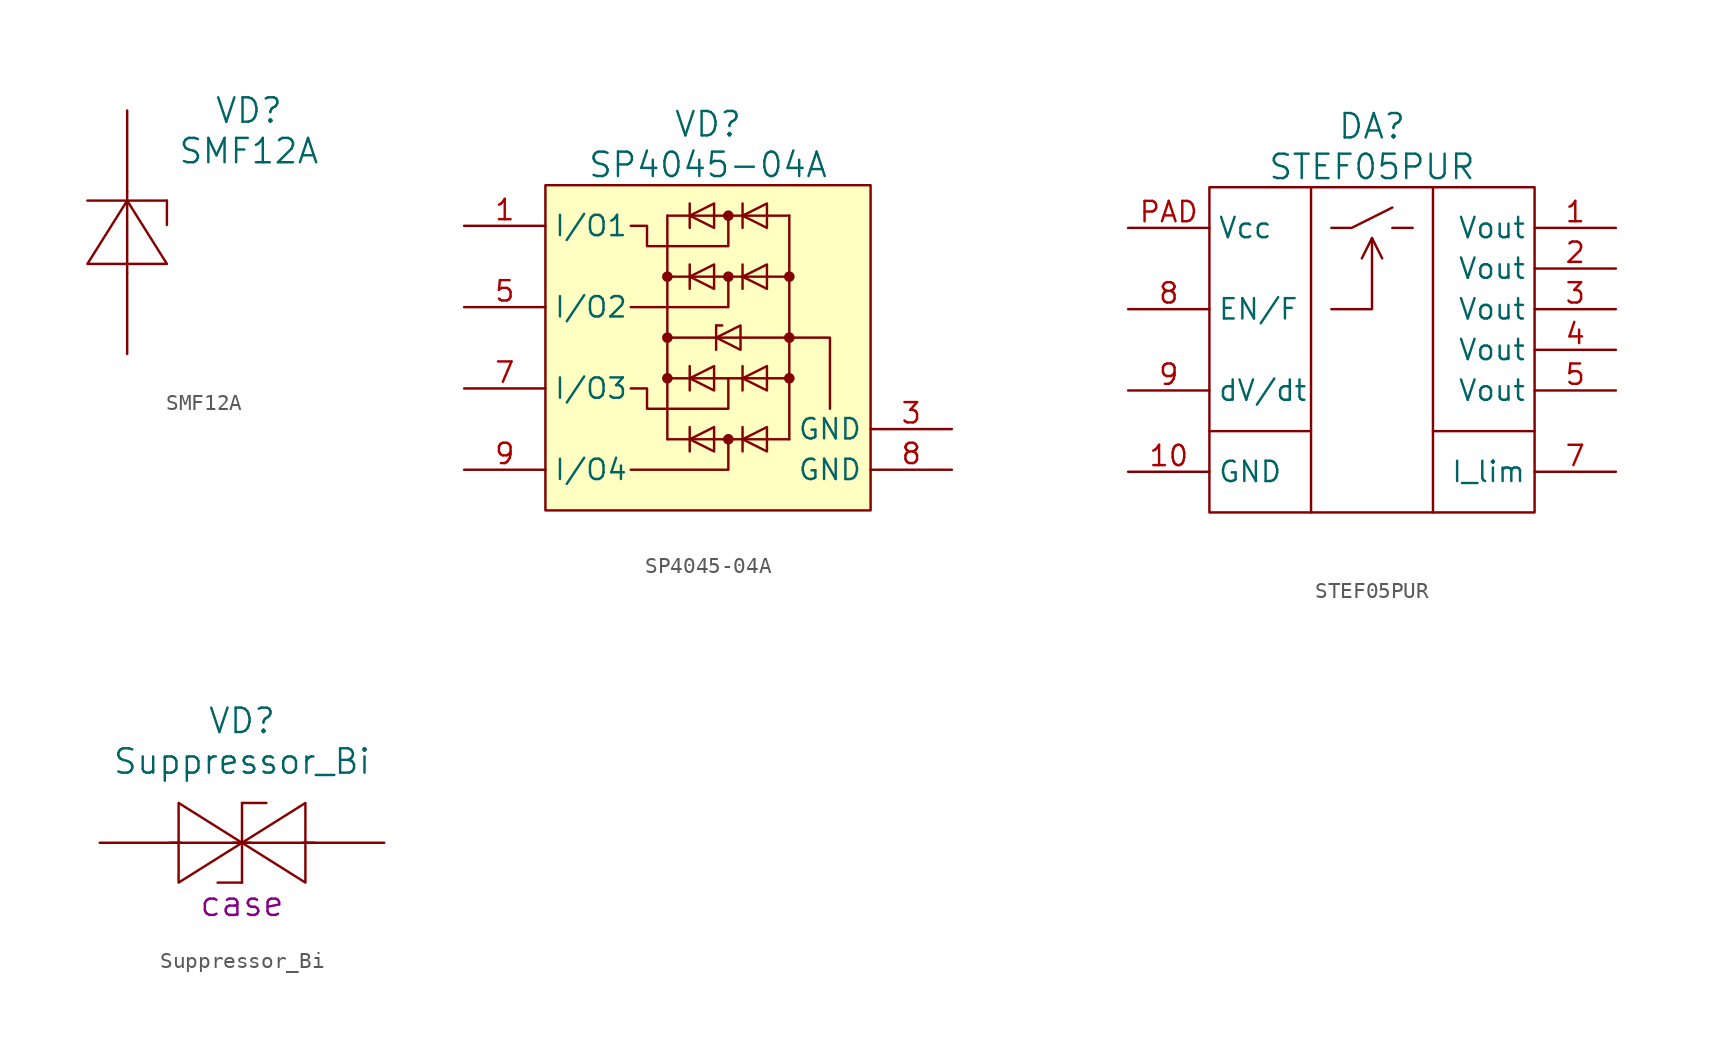
<source format=kicad_sym>
(kicad_symbol_lib
  (version 20220914)
  (generator kicad_symbol_editor)
  (symbol "SMF12A"
    (pin_numbers hide)
    (pin_names
      (offset 1.016) hide)
    (property "Reference" "VD"
      (at 7.62 7.62 0)
      (effects (font (size 1.524 1.524))))
    (property "Value" "SMF12A"
      (at 7.62 5.08 0)
      (effects (font (size 1.524 1.524))))
    (property "Datasheet" ""
      (at 0 -7.62 90)
      (effects (font (size 1.524 1.524))))
    (symbol "SMF12A_0_1"
      (polyline (pts (xy -2.489 1.981) (xy 2.489 1.981)) (stroke (width 0) (type solid)) (fill (type none)))
      (polyline (pts (xy 0 -2.54) (xy 0 2.54)) (stroke (width 0) (type solid)) (fill (type none)))
      (polyline (pts (xy 2.489 0.457) (xy 2.489 1.981)) (stroke (width 0) (type solid)) (fill (type none)))
      (polyline (pts (xy 0 1.981) (xy 2.489 -1.981) (xy -2.489 -1.981) (xy 0 1.981)) (stroke (width 0) (type solid)) (fill (type none))))
    (symbol "SMF12A_1_1"
      (pin passive line (at 0 -7.62 90) (length 5.08) (name "A" (effects (font (size 1.27 1.27)))) (number "A" (effects (font (size 1.27 1.27)))))
      (pin passive line (at 0 7.62 270) (length 5.08) (name "C" (effects (font (size 1.27 1.27)))) (number "C" (effects (font (size 1.27 1.27)))))))
  (symbol "SP4045-04A"
    (property "Reference" "VD"
      (at 0 13.97 0)
      (effects (font (size 1.524 1.524))))
    (property "Value" "SP4045-04A"
      (at 0 11.43 0)
      (effects (font (size 1.524 1.524))))
    (property "Datasheet" ""
      (at 11.43 -0.635 0)
      (effects (font (size 1.524 1.524))))
    (symbol "SP4045-04A_0_1"
      (rectangle (start -10.16 10.16) (end 10.16 -10.16) (stroke (width 0) (type solid)) (fill (type background)))
      (circle (center -2.54 -1.905) (radius 0.254) (stroke (width 0) (type solid)) (fill (type outline)))
      (circle (center -2.54 0.635) (radius 0.254) (stroke (width 0) (type solid)) (fill (type outline)))
      (circle (center -2.54 4.445) (radius 0.254) (stroke (width 0) (type solid)) (fill (type outline)))
      (polyline (pts (xy -2.54 -5.715) (xy -2.54 8.255)) (stroke (width 0) (type solid)) (fill (type none)))
      (polyline (pts (xy -2.54 -1.905) (xy 5.08 -1.905)) (stroke (width 0) (type solid)) (fill (type none)))
      (polyline (pts (xy -2.54 4.445) (xy 5.08 4.445)) (stroke (width 0) (type solid)) (fill (type none)))
      (polyline (pts (xy -1.143 -4.953) (xy -1.143 -6.477)) (stroke (width 0) (type solid)) (fill (type none)))
      (polyline (pts (xy -1.143 -1.143) (xy -1.143 -2.667)) (stroke (width 0) (type solid)) (fill (type none)))
      (polyline (pts (xy -1.143 5.207) (xy -1.143 3.683)) (stroke (width 0) (type solid)) (fill (type none)))
      (polyline (pts (xy -1.143 9.017) (xy -1.143 7.493)) (stroke (width 0) (type solid)) (fill (type none)))
      (polyline (pts (xy 0.508 1.397) (xy 0.508 -0.127)) (stroke (width 0) (type solid)) (fill (type none)))
      (polyline (pts (xy 0.508 1.397) (xy 0.889 1.397)) (stroke (width 0) (type solid)) (fill (type none)))
      (polyline (pts (xy 2.159 -4.953) (xy 2.159 -6.477)) (stroke (width 0) (type solid)) (fill (type none)))
      (polyline (pts (xy 2.159 -1.143) (xy 2.159 -2.667)) (stroke (width 0) (type solid)) (fill (type none)))
      (polyline (pts (xy 2.159 5.207) (xy 2.159 3.683)) (stroke (width 0) (type solid)) (fill (type none)))
      (polyline (pts (xy 2.159 9.017) (xy 2.159 7.493)) (stroke (width 0) (type solid)) (fill (type none)))
      (polyline (pts (xy 5.08 -5.715) (xy -2.54 -5.715)) (stroke (width 0) (type solid)) (fill (type none)))
      (polyline (pts (xy 5.08 0.635) (xy -2.54 0.635)) (stroke (width 0) (type solid)) (fill (type none)))
      (polyline (pts (xy 5.08 8.255) (xy -2.54 8.255)) (stroke (width 0) (type solid)) (fill (type none)))
      (polyline (pts (xy 5.08 8.255) (xy 5.08 -5.715)) (stroke (width 0) (type solid)) (fill (type none)))
      (polyline (pts (xy 1.27 -5.715) (xy 1.27 -7.62) (xy -4.826 -7.62)) (stroke (width 0) (type solid)) (fill (type none)))
      (polyline (pts (xy 1.27 4.445) (xy 1.27 2.54) (xy -4.826 2.54)) (stroke (width 0) (type solid)) (fill (type none)))
      (polyline (pts (xy 7.62 -3.81) (xy 7.62 0.635) (xy 5.08 0.635)) (stroke (width 0) (type solid)) (fill (type none)))
      (polyline (pts (xy -1.143 -5.715) (xy 0.381 -6.477) (xy 0.381 -4.953) (xy -1.143 -5.715)) (stroke (width 0) (type solid)) (fill (type none)))
      (polyline (pts (xy -1.143 -1.905) (xy 0.381 -2.667) (xy 0.381 -1.143) (xy -1.143 -1.905)) (stroke (width 0) (type solid)) (fill (type none)))
      (polyline (pts (xy -1.143 4.445) (xy 0.381 3.683) (xy 0.381 5.207) (xy -1.143 4.445)) (stroke (width 0) (type solid)) (fill (type none)))
      (polyline (pts (xy -1.143 8.255) (xy 0.381 7.493) (xy 0.381 9.017) (xy -1.143 8.255)) (stroke (width 0) (type solid)) (fill (type none)))
      (polyline (pts (xy 0.508 0.635) (xy 2.032 -0.127) (xy 2.032 1.397) (xy 0.508 0.635)) (stroke (width 0) (type solid)) (fill (type none)))
      (polyline (pts (xy 2.159 -5.715) (xy 3.683 -6.477) (xy 3.683 -4.953) (xy 2.159 -5.715)) (stroke (width 0) (type solid)) (fill (type none)))
      (polyline (pts (xy 2.159 -1.905) (xy 3.683 -2.667) (xy 3.683 -1.143) (xy 2.159 -1.905)) (stroke (width 0) (type solid)) (fill (type none)))
      (polyline (pts (xy 2.159 4.445) (xy 3.683 3.683) (xy 3.683 5.207) (xy 2.159 4.445)) (stroke (width 0) (type solid)) (fill (type none)))
      (polyline (pts (xy 2.159 8.255) (xy 3.683 7.493) (xy 3.683 9.017) (xy 2.159 8.255)) (stroke (width 0) (type solid)) (fill (type none)))
      (polyline (pts (xy 1.27 -1.905) (xy 1.27 -3.81) (xy -3.81 -3.81) (xy -3.81 -2.54) (xy -4.826 -2.54)) (stroke (width 0) (type solid)) (fill (type none)))
      (polyline (pts (xy 1.27 8.255) (xy 1.27 6.35) (xy -3.81 6.35) (xy -3.81 7.62) (xy -4.826 7.62)) (stroke (width 0) (type solid)) (fill (type none)))
      (circle (center 1.27 -5.715) (radius 0.254) (stroke (width 0) (type solid)) (fill (type outline)))
      (circle (center 1.27 4.445) (radius 0.254) (stroke (width 0) (type solid)) (fill (type outline)))
      (circle (center 1.27 8.255) (radius 0.254) (stroke (width 0) (type solid)) (fill (type outline)))
      (circle (center 5.08 -1.905) (radius 0.254) (stroke (width 0) (type solid)) (fill (type outline)))
      (circle (center 5.08 0.635) (radius 0.254) (stroke (width 0) (type solid)) (fill (type outline)))
      (circle (center 5.08 4.445) (radius 0.254) (stroke (width 0) (type solid)) (fill (type outline))))
    (symbol "SP4045-04A_1_1"
      (pin passive line (at -15.24 7.62 0) (length 5.08) (name "I/O1" (effects (font (size 1.27 1.27)))) (number "1" (effects (font (size 1.27 1.27)))))
      (pin no_connect line (at 15.24 0 180) (length 5.08) hide (name "NC" (effects (font (size 1.27 1.27)))) (number "10" (effects (font (size 1.27 1.27)))))
      (pin no_connect line (at 15.24 7.62 180) (length 5.08) hide (name "NC" (effects (font (size 1.27 1.27)))) (number "2" (effects (font (size 1.27 1.27)))))
      (pin power_in line (at 15.24 -5.08 180) (length 5.08) (name "GND" (effects (font (size 1.27 1.27)))) (number "3" (effects (font (size 1.27 1.27)))))
      (pin no_connect line (at 15.24 5.08 180) (length 5.08) hide (name "NC" (effects (font (size 1.27 1.27)))) (number "4" (effects (font (size 1.27 1.27)))))
      (pin passive line (at -15.24 2.54 0) (length 5.08) (name "I/O2" (effects (font (size 1.27 1.27)))) (number "5" (effects (font (size 1.27 1.27)))))
      (pin no_connect line (at 15.24 2.54 180) (length 5.08) hide (name "NC" (effects (font (size 1.27 1.27)))) (number "6" (effects (font (size 1.27 1.27)))))
      (pin passive line (at -15.24 -2.54 0) (length 5.08) (name "I/O3" (effects (font (size 1.27 1.27)))) (number "7" (effects (font (size 1.27 1.27)))))
      (pin power_in line (at 15.24 -7.62 180) (length 5.08) (name "GND" (effects (font (size 1.27 1.27)))) (number "8" (effects (font (size 1.27 1.27)))))
      (pin passive line (at -15.24 -7.62 0) (length 5.08) (name "I/O4" (effects (font (size 1.27 1.27)))) (number "9" (effects (font (size 1.27 1.27)))))))
  (symbol "STEF05PUR"
    (property "Reference" "DA"
      (at 0 13.97 0)
      (effects (font (size 1.524 1.524))))
    (property "Value" "STEF05PUR"
      (at 0 11.43 0)
      (effects (font (size 1.524 1.524))))
    (property "Datasheet" ""
      (at 0 -1.27 0)
      (effects (font (size 1.524 1.524))))
    (symbol "STEF05PUR_0_1"
      (rectangle (start -10.16 -5.08) (end -3.81 -5.08) (stroke (width 0) (type solid)) (fill (type none)))
      (rectangle (start -10.16 10.16) (end 10.16 -10.16) (stroke (width 0) (type solid)) (fill (type none)))
      (polyline (pts (xy 1.27 7.62) (xy 2.54 7.62)) (stroke (width 0) (type solid)) (fill (type none)))
      (polyline (pts (xy -3.81 10.16) (xy -3.81 1.27) (xy -3.81 -10.16)) (stroke (width 0) (type solid)) (fill (type none)))
      (polyline (pts (xy -2.54 2.54) (xy 0 2.54) (xy 0 6.985)) (stroke (width 0) (type solid)) (fill (type none)))
      (polyline (pts (xy -0.635 5.715) (xy 0 6.985) (xy 0.635 5.715)) (stroke (width 0) (type solid)) (fill (type none)))
      (polyline (pts (xy 1.27 8.89) (xy -1.27 7.62) (xy -2.54 7.62)) (stroke (width 0) (type solid)) (fill (type none)))
      (polyline (pts (xy 3.81 -10.16) (xy 3.81 10.16) (xy 3.81 10.16) (xy 3.81 10.16)) (stroke (width 0) (type solid)) (fill (type none)))
      (rectangle (start 10.16 -5.08) (end 3.81 -5.08) (stroke (width 0) (type solid)) (fill (type none))))
    (symbol "STEF05PUR_1_1"
      (pin power_out line (at 15.24 7.62 180) (length 5.08) (name "Vout" (effects (font (size 1.27 1.27)))) (number "1" (effects (font (size 1.27 1.27)))))
      (pin power_in line (at -15.24 -7.62 0) (length 5.08) (name "GND" (effects (font (size 1.27 1.27)))) (number "10" (effects (font (size 1.27 1.27)))))
      (pin passive line (at 15.24 5.08 180) (length 5.08) (name "Vout" (effects (font (size 1.27 1.27)))) (number "2" (effects (font (size 1.27 1.27)))))
      (pin passive line (at 15.24 2.54 180) (length 5.08) (name "Vout" (effects (font (size 1.27 1.27)))) (number "3" (effects (font (size 1.27 1.27)))))
      (pin passive line (at 15.24 0 180) (length 5.08) (name "Vout" (effects (font (size 1.27 1.27)))) (number "4" (effects (font (size 1.27 1.27)))))
      (pin passive line (at 15.24 -2.54 180) (length 5.08) (name "Vout" (effects (font (size 1.27 1.27)))) (number "5" (effects (font (size 1.27 1.27)))))
      (pin no_connect line (at -15.24 -11.43 0) (length 5.08) hide (name "NC" (effects (font (size 1.27 1.27)))) (number "6" (effects (font (size 1.27 1.27)))))
      (pin passive line (at 15.24 -7.62 180) (length 5.08) (name "I_lim" (effects (font (size 1.27 1.27)))) (number "7" (effects (font (size 1.27 1.27)))))
      (pin input line (at -15.24 2.54 0) (length 5.08) (name "EN/F" (effects (font (size 1.27 1.27)))) (number "8" (effects (font (size 1.27 1.27)))))
      (pin passive line (at -15.24 -2.54 0) (length 5.08) (name "dV/dt" (effects (font (size 1.27 1.27)))) (number "9" (effects (font (size 1.27 1.27)))))
      (pin power_in line (at -15.24 7.62 0) (length 5.08) (name "Vcc" (effects (font (size 1.27 1.27)))) (number "PAD" (effects (font (size 1.27 1.27)))))))
  (symbol "Suppressor_Bi"
    (pin_numbers hide)
    (pin_names
      (offset 1.016) hide)
    (property "Reference" "VD"
      (at 0 7.62 0)
      (do_not_autoplace)
      (effects (font (size 1.524 1.524))))
    (property "Value" "Suppressor_Bi"
      (at 0 5.08 0)
      (do_not_autoplace)
      (effects (font (size 1.524 1.524))))
    (property "Datasheet" ""
      (at -8.89 0 0)
      (effects (font (size 1.524 1.524))))
    (property "Case" "case"
      (at 0 -3.81 0)
      (do_not_autoplace)
      (effects (font (size 1.524 1.524))))
    (symbol "Suppressor_Bi_0_1"
      (polyline (pts (xy -4.521 0) (xy 0.559 0)) (stroke (width 0) (type solid)) (fill (type none)))
      (polyline (pts (xy -1.524 -2.489) (xy 0 -2.489)) (stroke (width 0) (type solid)) (fill (type none)))
      (polyline (pts (xy 0 2.489) (xy 0 -2.489)) (stroke (width 0) (type solid)) (fill (type none)))
      (polyline (pts (xy 1.524 2.489) (xy 0 2.489)) (stroke (width 0) (type solid)) (fill (type none)))
      (polyline (pts (xy 4.521 0) (xy -0.559 0)) (stroke (width 0) (type solid)) (fill (type none)))
      (polyline (pts (xy 0 0) (xy -3.962 -2.489) (xy -3.962 2.489) (xy 0 0)) (stroke (width 0) (type solid)) (fill (type none)))
      (polyline (pts (xy 0 0) (xy 3.962 2.489) (xy 3.962 -2.489) (xy 0 0)) (stroke (width 0) (type solid)) (fill (type none))))
    (symbol "Suppressor_Bi_1_1"
      (pin passive line (at -8.89 0 0) (length 5.08) (name "A" (effects (font (size 1.27 1.27)))) (number "A" (effects (font (size 1.27 1.27)))))
      (pin passive line (at 8.89 0 180) (length 5.08) (name "C" (effects (font (size 1.27 1.27)))) (number "C" (effects (font (size 1.27 1.27))))))))
</source>
